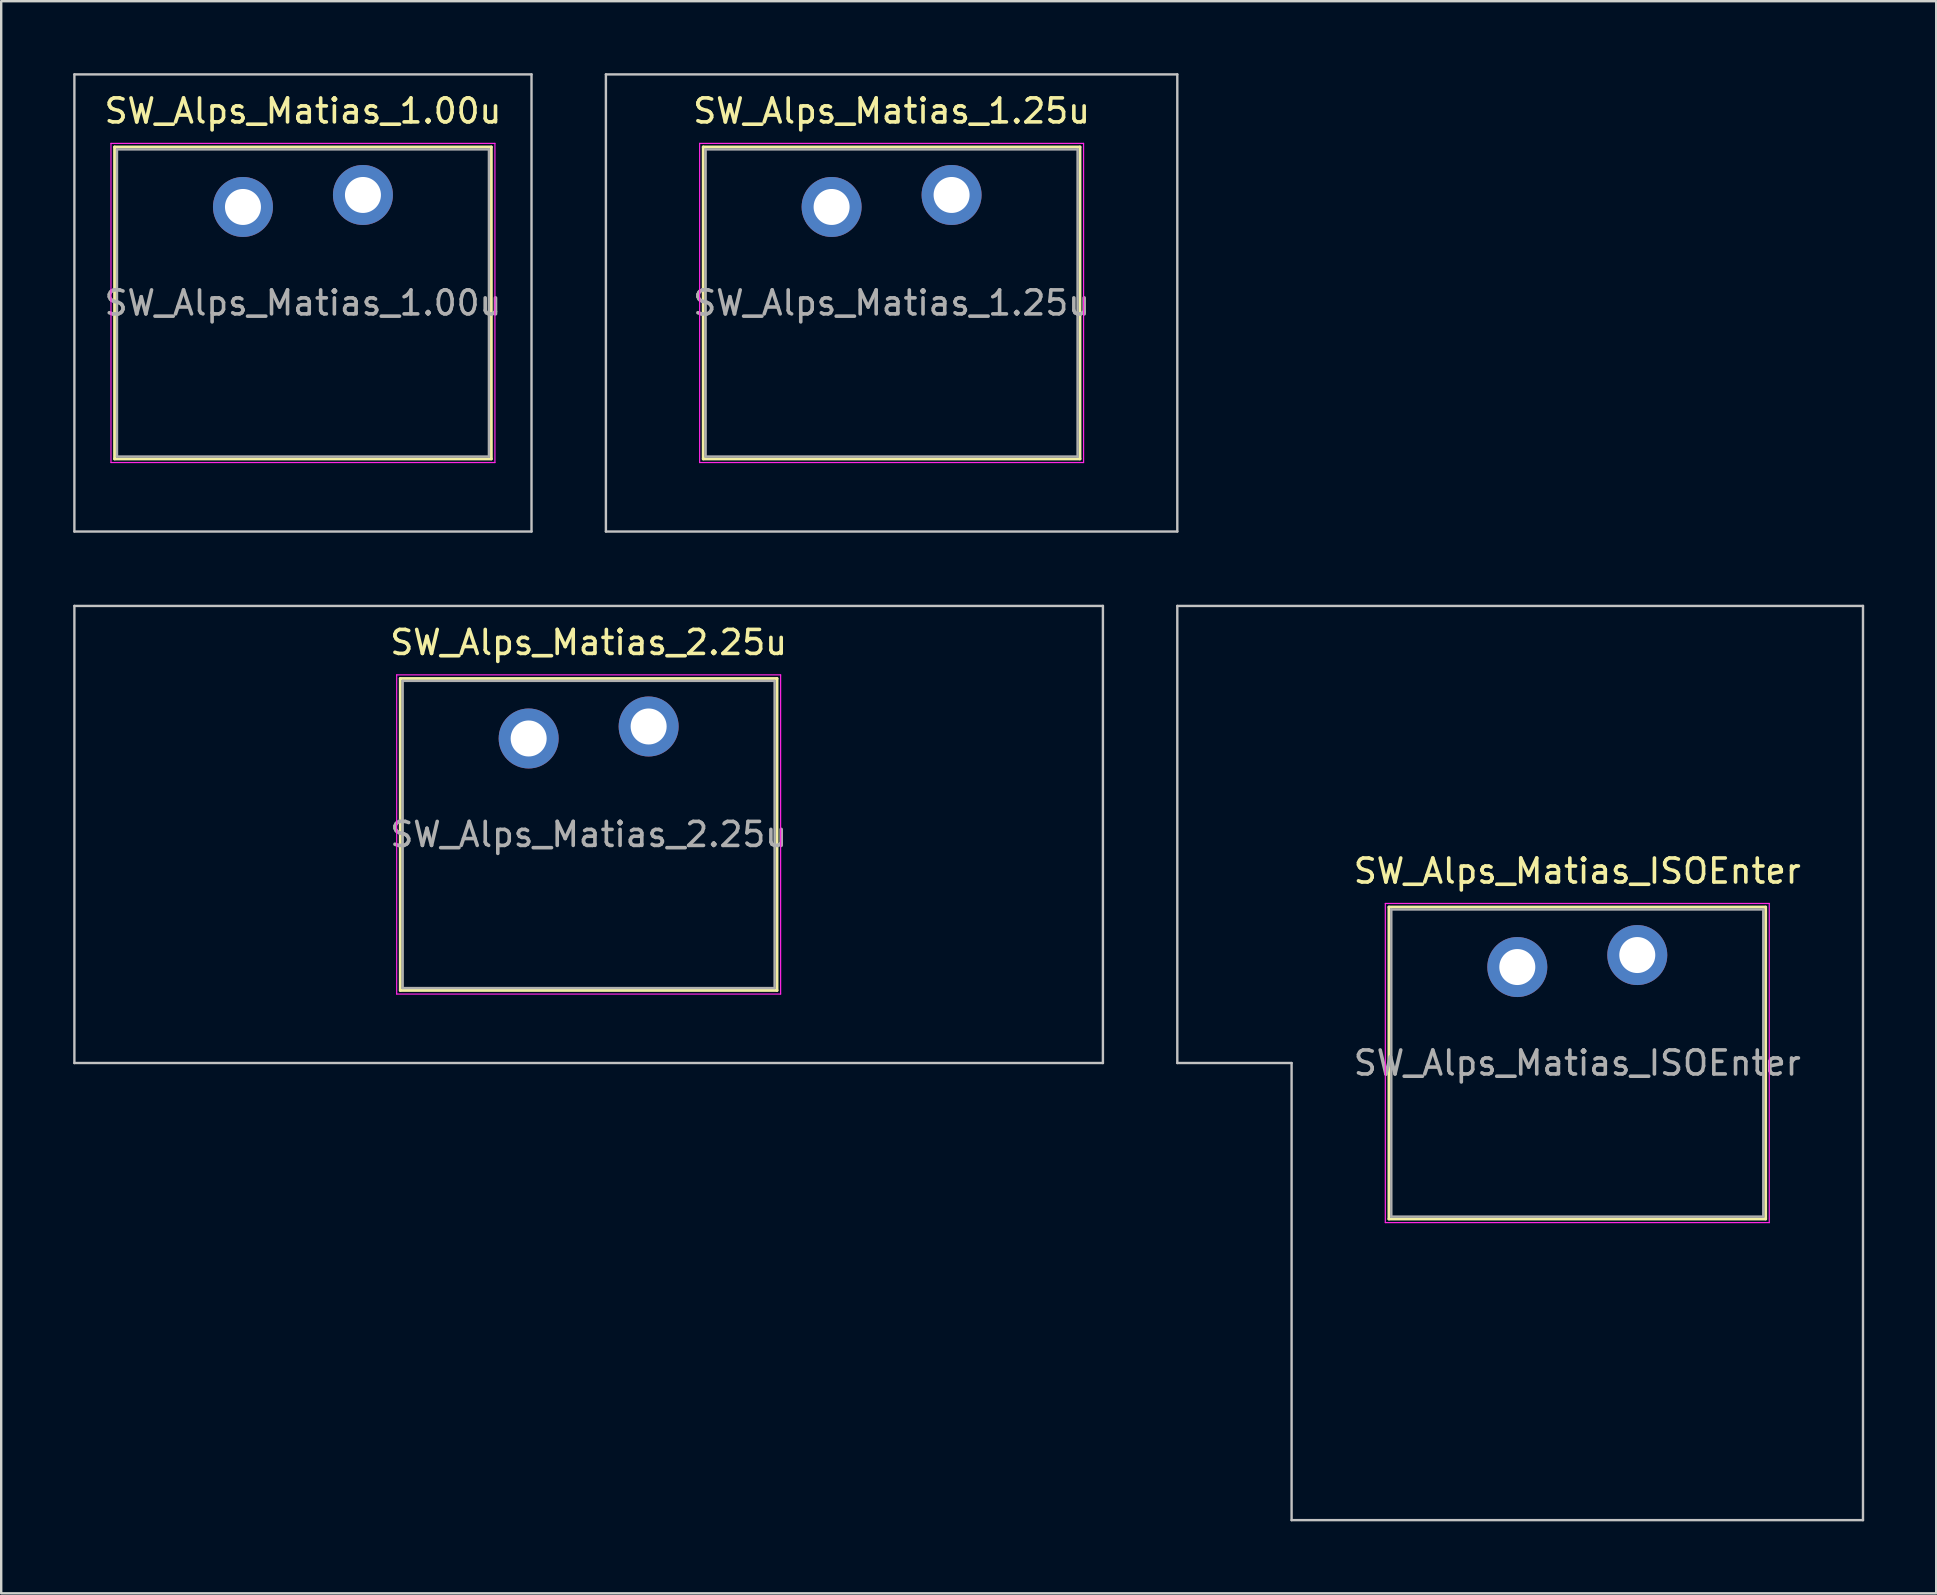
<source format=kicad_pcb>
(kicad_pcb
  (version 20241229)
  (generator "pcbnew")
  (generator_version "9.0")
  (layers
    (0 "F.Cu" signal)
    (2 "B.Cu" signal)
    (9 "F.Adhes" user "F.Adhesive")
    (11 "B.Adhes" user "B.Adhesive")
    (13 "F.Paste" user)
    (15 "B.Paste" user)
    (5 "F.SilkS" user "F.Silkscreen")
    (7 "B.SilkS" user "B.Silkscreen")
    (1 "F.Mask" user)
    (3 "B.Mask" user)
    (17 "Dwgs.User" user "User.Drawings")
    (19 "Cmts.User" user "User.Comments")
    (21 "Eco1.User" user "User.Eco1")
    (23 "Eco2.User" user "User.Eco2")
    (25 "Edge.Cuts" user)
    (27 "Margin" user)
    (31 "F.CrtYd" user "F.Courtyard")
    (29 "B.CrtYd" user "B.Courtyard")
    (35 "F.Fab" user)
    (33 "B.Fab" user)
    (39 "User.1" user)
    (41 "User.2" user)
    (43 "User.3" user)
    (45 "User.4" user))
  (footprint "SW_Alps_Matias_1.25u"
    (layer "F.Cu")
    (at 34.106 9.575)
    (property "Reference" "SW_Alps_Matias_1.25u" (at 0 -8 0) (layer "F.SilkS") (effects (font (size 1 1) (thickness 0.15))))
    (attr through_hole)
    (fp_line (start -7.85 -6.5) (end -7.85 6.5) (stroke (width 0.12) (type solid)) (layer "F.SilkS"))
    (fp_line (start -7.85 6.5) (end 7.85 6.5) (stroke (width 0.12) (type solid)) (layer "F.SilkS"))
    (fp_line (start 7.85 -6.5) (end -7.85 -6.5) (stroke (width 0.12) (type solid)) (layer "F.SilkS"))
    (fp_line (start 7.85 6.5) (end 7.85 -6.5) (stroke (width 0.12) (type solid)) (layer "F.SilkS"))
    (fp_line (start -11.906 -9.525) (end -11.906 9.525) (stroke (width 0.1) (type solid)) (layer "Dwgs.User"))
    (fp_line (start -11.906 9.525) (end 11.906 9.525) (stroke (width 0.1) (type solid)) (layer "Dwgs.User"))
    (fp_line (start 11.906 -9.525) (end -11.906 -9.525) (stroke (width 0.1) (type solid)) (layer "Dwgs.User"))
    (fp_line (start 11.906 9.525) (end 11.906 -9.525) (stroke (width 0.1) (type solid)) (layer "Dwgs.User"))
    (fp_line (start -7.75 -6.4) (end -7.75 6.4) (stroke (width 0.1) (type solid)) (layer "Eco1.User"))
    (fp_line (start -7.75 6.4) (end 7.75 6.4) (stroke (width 0.1) (type solid)) (layer "Eco1.User"))
    (fp_line (start 7.75 -6.4) (end -7.75 -6.4) (stroke (width 0.1) (type solid)) (layer "Eco1.User"))
    (fp_line (start 7.75 6.4) (end 7.75 -6.4) (stroke (width 0.1) (type solid)) (layer "Eco1.User"))
    (fp_line (start -8 -6.65) (end -8 6.65) (stroke (width 0.05) (type solid)) (layer "F.CrtYd"))
    (fp_line (start -8 6.65) (end 8 6.65) (stroke (width 0.05) (type solid)) (layer "F.CrtYd"))
    (fp_line (start 8 -6.65) (end -8 -6.65) (stroke (width 0.05) (type solid)) (layer "F.CrtYd"))
    (fp_line (start 8 6.65) (end 8 -6.65) (stroke (width 0.05) (type solid)) (layer "F.CrtYd"))
    (fp_line (start -7.75 -6.4) (end -7.75 6.4) (stroke (width 0.1) (type solid)) (layer "F.Fab"))
    (fp_line (start -7.75 6.4) (end 7.75 6.4) (stroke (width 0.1) (type solid)) (layer "F.Fab"))
    (fp_line (start 7.75 -6.4) (end -7.75 -6.4) (stroke (width 0.1) (type solid)) (layer "F.Fab"))
    (fp_line (start 7.75 6.4) (end 7.75 -6.4) (stroke (width 0.1) (type solid)) (layer "F.Fab"))
    (fp_text user "${REFERENCE}" (at 0 0 0) (layer "F.Fab") (effects (font (size 1 1) (thickness 0.15))))
    (pad "" smd circle (at -2.5 -4) (size 1.55 1.55) (layers "F.Mask"))
    (pad "" smd circle (at 2.5 -4.5) (size 1.55 1.55) (layers "F.Mask"))
    (pad "1" thru_hole circle (at -2.5 -4) (size 2.5 2.5) (drill 1.5) (layers "*.Cu" "B.Mask"))
    (pad "2" thru_hole circle (at 2.5 -4.5) (size 2.5 2.5) (drill 1.5) (layers "*.Cu" "B.Mask")))
  (footprint "SW_Alps_Matias_ISOEnter"
    (layer "F.Cu")
    (at 62.681 41.25)
    (property "Reference" "SW_Alps_Matias_ISOEnter" (at 0 -8 0) (layer "F.SilkS") (effects (font (size 1 1) (thickness 0.15))))
    (attr through_hole)
    (fp_line (start -7.85 -6.5) (end -7.85 6.5) (stroke (width 0.12) (type solid)) (layer "F.SilkS"))
    (fp_line (start -7.85 6.5) (end 7.85 6.5) (stroke (width 0.12) (type solid)) (layer "F.SilkS"))
    (fp_line (start 7.85 -6.5) (end -7.85 -6.5) (stroke (width 0.12) (type solid)) (layer "F.SilkS"))
    (fp_line (start 7.85 6.5) (end 7.85 -6.5) (stroke (width 0.12) (type solid)) (layer "F.SilkS"))
    (fp_line (start -16.669 -19.05) (end -16.669 0) (stroke (width 0.1) (type solid)) (layer "Dwgs.User"))
    (fp_line (start -16.669 0) (end -11.906 0) (stroke (width 0.1) (type solid)) (layer "Dwgs.User"))
    (fp_line (start -11.906 0) (end -11.906 19.05) (stroke (width 0.1) (type solid)) (layer "Dwgs.User"))
    (fp_line (start -11.906 19.05) (end 11.906 19.05) (stroke (width 0.1) (type solid)) (layer "Dwgs.User"))
    (fp_line (start 11.906 -19.05) (end -16.669 -19.05) (stroke (width 0.1) (type solid)) (layer "Dwgs.User"))
    (fp_line (start 11.906 19.05) (end 11.906 -19.05) (stroke (width 0.1) (type solid)) (layer "Dwgs.User"))
    (fp_line (start -7.75 -6.4) (end -7.75 6.4) (stroke (width 0.1) (type solid)) (layer "Eco1.User"))
    (fp_line (start -7.75 6.4) (end 7.75 6.4) (stroke (width 0.1) (type solid)) (layer "Eco1.User"))
    (fp_line (start 7.75 -6.4) (end -7.75 -6.4) (stroke (width 0.1) (type solid)) (layer "Eco1.User"))
    (fp_line (start 7.75 6.4) (end 7.75 -6.4) (stroke (width 0.1) (type solid)) (layer "Eco1.User"))
    (fp_line (start -8 -6.65) (end -8 6.65) (stroke (width 0.05) (type solid)) (layer "F.CrtYd"))
    (fp_line (start -8 6.65) (end 8 6.65) (stroke (width 0.05) (type solid)) (layer "F.CrtYd"))
    (fp_line (start 8 -6.65) (end -8 -6.65) (stroke (width 0.05) (type solid)) (layer "F.CrtYd"))
    (fp_line (start 8 6.65) (end 8 -6.65) (stroke (width 0.05) (type solid)) (layer "F.CrtYd"))
    (fp_line (start -7.75 -6.4) (end -7.75 6.4) (stroke (width 0.1) (type solid)) (layer "F.Fab"))
    (fp_line (start -7.75 6.4) (end 7.75 6.4) (stroke (width 0.1) (type solid)) (layer "F.Fab"))
    (fp_line (start 7.75 -6.4) (end -7.75 -6.4) (stroke (width 0.1) (type solid)) (layer "F.Fab"))
    (fp_line (start 7.75 6.4) (end 7.75 -6.4) (stroke (width 0.1) (type solid)) (layer "F.Fab"))
    (fp_text user "${REFERENCE}" (at 0 0 0) (layer "F.Fab") (effects (font (size 1 1) (thickness 0.15))))
    (pad "" smd circle (at -2.5 -4) (size 1.55 1.55) (layers "F.Mask"))
    (pad "" smd circle (at 2.5 -4.5) (size 1.55 1.55) (layers "F.Mask"))
    (pad "1" thru_hole circle (at -2.5 -4) (size 2.5 2.5) (drill 1.5) (layers "*.Cu" "B.Mask"))
    (pad "2" thru_hole circle (at 2.5 -4.5) (size 2.5 2.5) (drill 1.5) (layers "*.Cu" "B.Mask")))
  (footprint "SW_Alps_Matias_1.00u"
    (layer "F.Cu")
    (at 9.575 9.575)
    (property "Reference" "SW_Alps_Matias_1.00u" (at 0 -8 0) (layer "F.SilkS") (effects (font (size 1 1) (thickness 0.15))))
    (attr through_hole)
    (fp_line (start -7.85 -6.5) (end -7.85 6.5) (stroke (width 0.12) (type solid)) (layer "F.SilkS"))
    (fp_line (start -7.85 6.5) (end 7.85 6.5) (stroke (width 0.12) (type solid)) (layer "F.SilkS"))
    (fp_line (start 7.85 -6.5) (end -7.85 -6.5) (stroke (width 0.12) (type solid)) (layer "F.SilkS"))
    (fp_line (start 7.85 6.5) (end 7.85 -6.5) (stroke (width 0.12) (type solid)) (layer "F.SilkS"))
    (fp_line (start -9.525 -9.525) (end -9.525 9.525) (stroke (width 0.1) (type solid)) (layer "Dwgs.User"))
    (fp_line (start -9.525 9.525) (end 9.525 9.525) (stroke (width 0.1) (type solid)) (layer "Dwgs.User"))
    (fp_line (start 9.525 -9.525) (end -9.525 -9.525) (stroke (width 0.1) (type solid)) (layer "Dwgs.User"))
    (fp_line (start 9.525 9.525) (end 9.525 -9.525) (stroke (width 0.1) (type solid)) (layer "Dwgs.User"))
    (fp_line (start -7.75 -6.4) (end -7.75 6.4) (stroke (width 0.1) (type solid)) (layer "Eco1.User"))
    (fp_line (start -7.75 6.4) (end 7.75 6.4) (stroke (width 0.1) (type solid)) (layer "Eco1.User"))
    (fp_line (start 7.75 -6.4) (end -7.75 -6.4) (stroke (width 0.1) (type solid)) (layer "Eco1.User"))
    (fp_line (start 7.75 6.4) (end 7.75 -6.4) (stroke (width 0.1) (type solid)) (layer "Eco1.User"))
    (fp_line (start -8 -6.65) (end -8 6.65) (stroke (width 0.05) (type solid)) (layer "F.CrtYd"))
    (fp_line (start -8 6.65) (end 8 6.65) (stroke (width 0.05) (type solid)) (layer "F.CrtYd"))
    (fp_line (start 8 -6.65) (end -8 -6.65) (stroke (width 0.05) (type solid)) (layer "F.CrtYd"))
    (fp_line (start 8 6.65) (end 8 -6.65) (stroke (width 0.05) (type solid)) (layer "F.CrtYd"))
    (fp_line (start -7.75 -6.4) (end -7.75 6.4) (stroke (width 0.1) (type solid)) (layer "F.Fab"))
    (fp_line (start -7.75 6.4) (end 7.75 6.4) (stroke (width 0.1) (type solid)) (layer "F.Fab"))
    (fp_line (start 7.75 -6.4) (end -7.75 -6.4) (stroke (width 0.1) (type solid)) (layer "F.Fab"))
    (fp_line (start 7.75 6.4) (end 7.75 -6.4) (stroke (width 0.1) (type solid)) (layer "F.Fab"))
    (fp_text user "${REFERENCE}" (at 0 0 0) (layer "F.Fab") (effects (font (size 1 1) (thickness 0.15))))
    (pad "" smd circle (at -2.5 -4) (size 1.55 1.55) (layers "F.Mask"))
    (pad "" smd circle (at 2.5 -4.5) (size 1.55 1.55) (layers "F.Mask"))
    (pad "1" thru_hole circle (at -2.5 -4) (size 2.5 2.5) (drill 1.5) (layers "*.Cu" "B.Mask"))
    (pad "2" thru_hole circle (at 2.5 -4.5) (size 2.5 2.5) (drill 1.5) (layers "*.Cu" "B.Mask")))
  (footprint "SW_Alps_Matias_2.25u"
    (layer "F.Cu")
    (at 21.481 31.725)
    (property "Reference" "SW_Alps_Matias_2.25u" (at 0 -8 0) (layer "F.SilkS") (effects (font (size 1 1) (thickness 0.15))))
    (attr through_hole)
    (fp_line (start -7.85 -6.5) (end -7.85 6.5) (stroke (width 0.12) (type solid)) (layer "F.SilkS"))
    (fp_line (start -7.85 6.5) (end 7.85 6.5) (stroke (width 0.12) (type solid)) (layer "F.SilkS"))
    (fp_line (start 7.85 -6.5) (end -7.85 -6.5) (stroke (width 0.12) (type solid)) (layer "F.SilkS"))
    (fp_line (start 7.85 6.5) (end 7.85 -6.5) (stroke (width 0.12) (type solid)) (layer "F.SilkS"))
    (fp_line (start -21.431 -9.525) (end -21.431 9.525) (stroke (width 0.1) (type solid)) (layer "Dwgs.User"))
    (fp_line (start -21.431 9.525) (end 21.431 9.525) (stroke (width 0.1) (type solid)) (layer "Dwgs.User"))
    (fp_line (start 21.431 -9.525) (end -21.431 -9.525) (stroke (width 0.1) (type solid)) (layer "Dwgs.User"))
    (fp_line (start 21.431 9.525) (end 21.431 -9.525) (stroke (width 0.1) (type solid)) (layer "Dwgs.User"))
    (fp_line (start -7.75 -6.4) (end -7.75 6.4) (stroke (width 0.1) (type solid)) (layer "Eco1.User"))
    (fp_line (start -7.75 6.4) (end 7.75 6.4) (stroke (width 0.1) (type solid)) (layer "Eco1.User"))
    (fp_line (start 7.75 -6.4) (end -7.75 -6.4) (stroke (width 0.1) (type solid)) (layer "Eco1.User"))
    (fp_line (start 7.75 6.4) (end 7.75 -6.4) (stroke (width 0.1) (type solid)) (layer "Eco1.User"))
    (fp_line (start -8 -6.65) (end -8 6.65) (stroke (width 0.05) (type solid)) (layer "F.CrtYd"))
    (fp_line (start -8 6.65) (end 8 6.65) (stroke (width 0.05) (type solid)) (layer "F.CrtYd"))
    (fp_line (start 8 -6.65) (end -8 -6.65) (stroke (width 0.05) (type solid)) (layer "F.CrtYd"))
    (fp_line (start 8 6.65) (end 8 -6.65) (stroke (width 0.05) (type solid)) (layer "F.CrtYd"))
    (fp_line (start -7.75 -6.4) (end -7.75 6.4) (stroke (width 0.1) (type solid)) (layer "F.Fab"))
    (fp_line (start -7.75 6.4) (end 7.75 6.4) (stroke (width 0.1) (type solid)) (layer "F.Fab"))
    (fp_line (start 7.75 -6.4) (end -7.75 -6.4) (stroke (width 0.1) (type solid)) (layer "F.Fab"))
    (fp_line (start 7.75 6.4) (end 7.75 -6.4) (stroke (width 0.1) (type solid)) (layer "F.Fab"))
    (fp_text user "${REFERENCE}" (at 0 0 0) (layer "F.Fab") (effects (font (size 1 1) (thickness 0.15))))
    (pad "" smd circle (at -2.5 -4) (size 1.55 1.55) (layers "F.Mask"))
    (pad "" smd circle (at 2.5 -4.5) (size 1.55 1.55) (layers "F.Mask"))
    (pad "1" thru_hole circle (at -2.5 -4) (size 2.5 2.5) (drill 1.5) (layers "*.Cu" "B.Mask"))
    (pad "2" thru_hole circle (at 2.5 -4.5) (size 2.5 2.5) (drill 1.5) (layers "*.Cu" "B.Mask")))
  (gr_rect
    (start -3 -3)
    (end 77.638 63.35)
    (stroke (width 0.1) (type default))
    (fill no)
    (layer "Edge.Cuts")))
</source>
